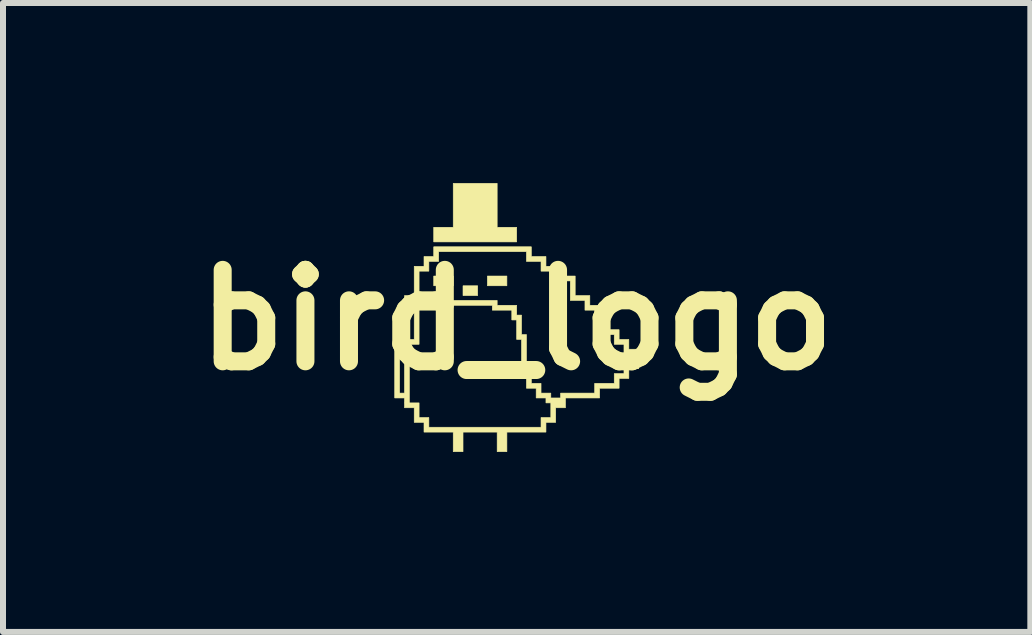
<source format=kicad_pcb>
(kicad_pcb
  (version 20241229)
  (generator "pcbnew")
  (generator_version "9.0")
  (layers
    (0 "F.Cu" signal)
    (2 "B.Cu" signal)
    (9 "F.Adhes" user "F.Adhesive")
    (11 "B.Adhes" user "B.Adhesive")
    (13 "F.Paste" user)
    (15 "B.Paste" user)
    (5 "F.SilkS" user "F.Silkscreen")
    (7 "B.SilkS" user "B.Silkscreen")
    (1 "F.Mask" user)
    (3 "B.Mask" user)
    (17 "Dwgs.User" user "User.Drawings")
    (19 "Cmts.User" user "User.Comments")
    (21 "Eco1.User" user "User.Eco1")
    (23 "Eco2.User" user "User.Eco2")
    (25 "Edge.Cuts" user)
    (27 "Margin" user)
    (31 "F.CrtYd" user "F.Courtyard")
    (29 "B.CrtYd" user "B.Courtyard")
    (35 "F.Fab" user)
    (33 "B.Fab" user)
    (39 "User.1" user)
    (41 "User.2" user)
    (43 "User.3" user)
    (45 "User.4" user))
  (footprint "bird_logo"
    (layer "F.Cu")
    (at 5.559 2.281)
    (property "Reference" "bird_logo" (at 0 0 0) (layer "F.SilkS") (effects (font (size 1.524 1.524) (thickness 0.3))))
    (attr through_hole)
    (fp_poly (pts (xy -1.057 -0.569) (xy -1.382 -0.569) (xy -1.382 -0.732) (xy -1.057 -0.732) (xy -1.057 -0.569)) (stroke (width 0.01) (type solid)) (fill yes) (layer "F.SilkS"))
    (fp_poly (pts (xy -0.65 -0.406) (xy -0.894 -0.406) (xy -0.894 -0.569) (xy -0.65 -0.569) (xy -0.65 -0.406)) (stroke (width 0.01) (type solid)) (fill yes) (layer "F.SilkS"))
    (fp_poly (pts (xy -0.163 -0.569) (xy -0.488 -0.569) (xy -0.488 -0.732) (xy -0.163 -0.732) (xy -0.163 -0.569)) (stroke (width 0.01) (type solid)) (fill yes) (layer "F.SilkS"))
    (fp_poly (pts (xy -0.325 -1.544) (xy 0 -1.544) (xy 0 -1.3) (xy -1.382 -1.3) (xy -1.382 -1.544) (xy -1.057 -1.544) (xy -1.057 -2.276) (xy -0.325 -2.276) (xy -0.325 -1.544)) (stroke (width 0.01) (type solid)) (fill yes) (layer "F.SilkS"))
    (fp_poly (pts (xy 0.244 -1.057) (xy 0.488 -1.057) (xy 0.488 -0.894) (xy 0.813 -0.894) (xy 0.813 -0.732) (xy 0.975 -0.732) (xy 0.975 -0.406) (xy 1.219 -0.406) (xy 1.219 -0.244) (xy 1.382 -0.244) (xy 1.382 0) (xy 1.544 0) (xy 1.544 0.163) (xy 1.707 0.163) (xy 1.707 0.325) (xy 1.869 0.325) (xy 1.869 0.488) (xy 2.032 0.488) (xy 2.032 0.813) (xy 1.869 0.813) (xy 1.869 0.975) (xy 1.707 0.975) (xy 1.707 1.138) (xy 1.382 1.138) (xy 1.382 1.3) (xy 0.813 1.3) (xy 0.813 1.463) (xy 0.65 1.463) (xy 0.65 1.707) (xy 0.488 1.707) (xy 0.488 1.869) (xy -0.163 1.869) (xy -0.163 2.195) (xy -0.325 2.195) (xy -0.325 1.869) (xy -0.894 1.869) (xy -0.894 2.195) (xy -1.057 2.195) (xy -1.057 1.869) (xy -1.544 1.869) (xy -1.544 1.707) (xy -1.707 1.707) (xy -1.707 1.463) (xy -1.869 1.463) (xy -1.869 1.3) (xy -2.032 1.3) (xy -2.032 0.406) (xy -1.951 0.406) (xy -1.951 1.219) (xy -1.869 1.219) (xy -1.869 0.406) (xy -1.788 0.406) (xy -1.788 1.382) (xy -1.626 1.382) (xy -1.626 1.626) (xy -1.463 1.626) (xy -1.463 1.788) (xy 0.406 1.788) (xy 0.406 1.626) (xy 0.569 1.626) (xy 0.569 1.382) (xy 0.488 1.382) (xy 0.488 1.3) (xy 0.325 1.3) (xy 0.325 1.138) (xy 0.163 1.138) (xy 0.163 0.813) (xy 0.081 0.813) (xy 0.081 0.325) (xy 0 0.325) (xy 0 0) (xy -0.081 0) (xy -0.081 -0.163) (xy -0.406 -0.163) (xy -0.406 -0.244) (xy -1.138 -0.244) (xy -1.138 -0.163) (xy -1.626 -0.163) (xy -1.626 0.406) (xy -1.788 0.406) (xy -1.869 0.406) (xy -1.951 0.406) (xy -2.032 0.406) (xy -2.032 0.325) (xy -1.869 0.325) (xy -1.869 -0.325) (xy -1.788 -0.325) (xy -1.788 0.325) (xy -1.707 0.325) (xy -1.707 -0.244) (xy -1.219 -0.244) (xy -1.219 -0.325) (xy -0.325 -0.325) (xy -0.325 -0.244) (xy 0 -0.244) (xy 0 -0.081) (xy 0.081 -0.081) (xy 0.081 0.244) (xy 0.163 0.244) (xy 0.163 0.732) (xy 0.244 0.732) (xy 0.244 1.057) (xy 0.406 1.057) (xy 0.406 1.219) (xy 0.569 1.219) (xy 0.569 1.3) (xy 0.732 1.3) (xy 0.732 1.219) (xy 1.3 1.219) (xy 1.3 1.057) (xy 1.626 1.057) (xy 1.626 0.894) (xy 1.788 0.894) (xy 1.788 0.732) (xy 1.951 0.732) (xy 1.951 0.569) (xy 1.788 0.569) (xy 1.788 0.406) (xy 1.626 0.406) (xy 1.626 0.244) (xy 1.463 0.244) (xy 1.463 0.081) (xy 1.3 0.081) (xy 1.3 -0.163) (xy 1.138 -0.163) (xy 1.138 -0.325) (xy 0.894 -0.325) (xy 0.894 -0.65) (xy 0.732 -0.65) (xy 0.732 -0.813) (xy 0.406 -0.813) (xy 0.406 -0.975) (xy 0.163 -0.975) (xy 0.163 -1.138) (xy -1.3 -1.138) (xy -1.3 -0.975) (xy -1.463 -0.975) (xy -1.463 -0.813) (xy -1.626 -0.813) (xy -1.626 -0.325) (xy -1.788 -0.325) (xy -1.869 -0.325) (xy -1.869 -0.406) (xy -1.707 -0.406) (xy -1.707 -0.894) (xy -1.544 -0.894) (xy -1.544 -1.057) (xy -1.382 -1.057) (xy -1.382 -1.219) (xy 0.244 -1.219) (xy 0.244 -1.057)) (stroke (width 0.01) (type solid)) (fill yes) (layer "F.SilkS")))
  (gr_rect
    (start -3 -3)
    (end 14.118 7.48)
    (stroke (width 0.1) (type default))
    (fill no)
    (layer "Edge.Cuts")))
</source>
